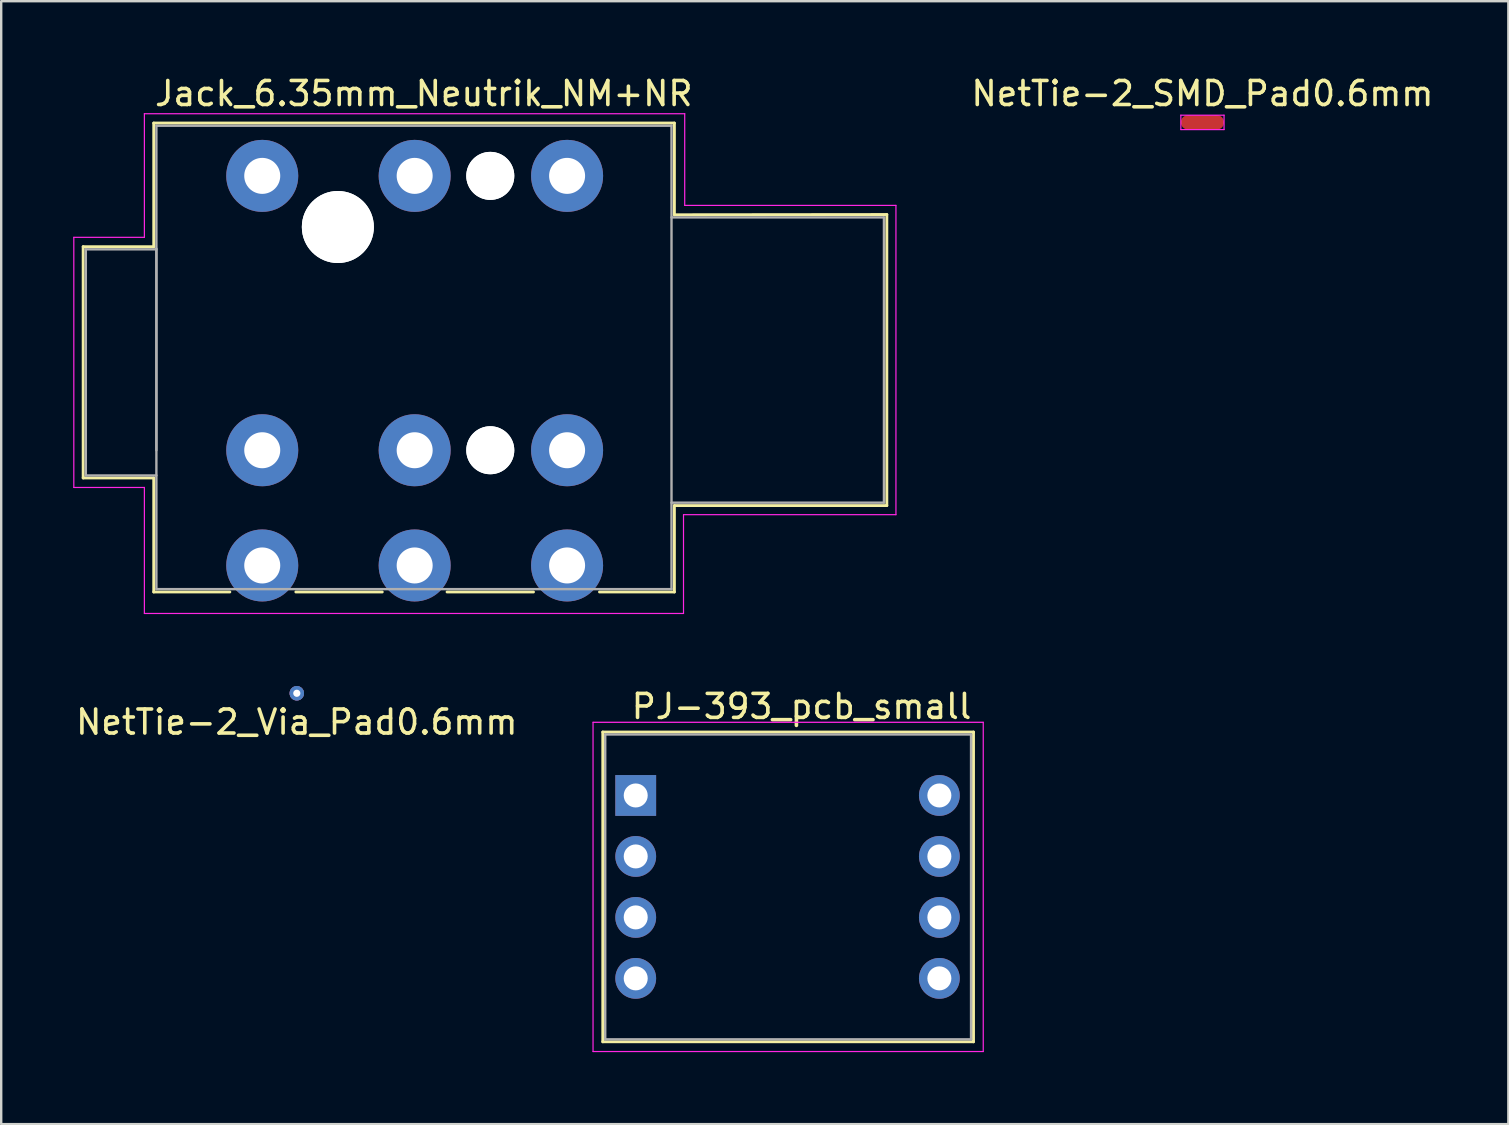
<source format=kicad_pcb>
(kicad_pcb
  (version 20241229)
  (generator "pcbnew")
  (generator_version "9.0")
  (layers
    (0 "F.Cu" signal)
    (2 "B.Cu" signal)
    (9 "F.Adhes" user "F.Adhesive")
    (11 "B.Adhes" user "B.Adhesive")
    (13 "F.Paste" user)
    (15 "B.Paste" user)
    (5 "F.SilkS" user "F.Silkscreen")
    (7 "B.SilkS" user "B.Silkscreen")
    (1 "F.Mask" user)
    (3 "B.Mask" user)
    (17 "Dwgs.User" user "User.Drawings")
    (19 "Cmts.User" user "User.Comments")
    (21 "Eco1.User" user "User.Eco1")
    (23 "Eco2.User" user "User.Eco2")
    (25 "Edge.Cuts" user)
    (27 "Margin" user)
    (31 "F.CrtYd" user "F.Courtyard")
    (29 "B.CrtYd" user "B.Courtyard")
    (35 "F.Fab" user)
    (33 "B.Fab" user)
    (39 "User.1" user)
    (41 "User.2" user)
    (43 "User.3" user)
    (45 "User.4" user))
  (footprint "NetTie-2_Via_Pad0.6mm"
    (layer "F.Cu")
    (at 9.315 25.832)
    (property "Reference" "NetTie-2_Via_Pad0.6mm" (at 0 1.2 0) (layer "F.SilkS") (effects (font (size 1 1) (thickness 0.15))))
    (attr through_hole)
    (pad "" thru_hole circle (at 0 0) (size 0.6 0.6) (drill 0.3) (layers "*.Cu" "*.Mask"))
    (pad "1" smd circle (at 0 0) (size 0.6 0.6) (layers "F.Cu" "F.Mask" "F.Paste"))
    (pad "2" smd circle (at 0 0) (size 0.6 0.6) (layers "B.Cu" "B.Mask" "B.Paste")))
  (footprint "NetTie-2_SMD_Pad0.6mm"
    (layer "F.Cu")
    (at 47.044 2.048)
    (property "Reference" "NetTie-2_SMD_Pad0.6mm" (at 0 -1.2 0) (layer "F.SilkS") (effects (font (size 1 1) (thickness 0.15))))
    (attr exclude_from_pos_files exclude_from_bom)
    (fp_poly (pts (xy 0.6 0.3) (xy -0.6 0.3) (xy -0.6 -0.3) (xy 0.6 -0.3)) (stroke (width 0) (type solid)) (fill yes) (layer "F.Cu"))
    (fp_line (start -0.9 -0.3) (end -0.9 0.3) (stroke (width 0.05) (type solid)) (layer "F.CrtYd"))
    (fp_line (start -0.9 0.3) (end 0.9 0.3) (stroke (width 0.05) (type solid)) (layer "F.CrtYd"))
    (fp_line (start 0.9 -0.3) (end -0.9 -0.3) (stroke (width 0.05) (type solid)) (layer "F.CrtYd"))
    (fp_line (start 0.9 0.3) (end 0.9 -0.3) (stroke (width 0.05) (type solid)) (layer "F.CrtYd"))
    (pad "1" smd circle (at -0.6 0) (size 0.6 0.6) (layers "F.Cu"))
    (pad "2" smd circle (at 0.6 0) (size 0.6 0.6) (layers "F.Cu")))
  (footprint "PJ-393_pcb_small"
    (layer "F.Cu")
    (at 23.434 30.089)
    (property "Reference" "PJ-393_pcb_small" (at 6.909 -3.708 0) (layer "F.SilkS") (effects (font (size 1 1) (thickness 0.15))))
    (attr through_hole)
    (fp_line (start -1.372 -2.642) (end -1.372 10.262) (stroke (width 0.12) (type solid)) (layer "F.SilkS"))
    (fp_line (start -1.372 10.262) (end 14.072 10.262) (stroke (width 0.12) (type solid)) (layer "F.SilkS"))
    (fp_line (start 14.072 -2.642) (end -1.372 -2.642) (stroke (width 0.12) (type solid)) (layer "F.SilkS"))
    (fp_line (start 14.072 10.262) (end 14.072 -2.642) (stroke (width 0.12) (type solid)) (layer "F.SilkS"))
    (fp_line (start -1.778 -3.048) (end 14.478 -3.048) (stroke (width 0.05) (type solid)) (layer "F.CrtYd"))
    (fp_line (start -1.778 10.668) (end -1.778 -3.048) (stroke (width 0.05) (type solid)) (layer "F.CrtYd"))
    (fp_line (start 14.478 -3.048) (end 14.478 10.668) (stroke (width 0.05) (type solid)) (layer "F.CrtYd"))
    (fp_line (start 14.478 10.668) (end -1.778 10.668) (stroke (width 0.05) (type solid)) (layer "F.CrtYd"))
    (fp_line (start -1.27 -2.54) (end -1.27 10.16) (stroke (width 0.1) (type solid)) (layer "F.Fab"))
    (fp_line (start -1.27 10.16) (end 13.97 10.16) (stroke (width 0.1) (type solid)) (layer "F.Fab"))
    (fp_line (start 13.97 -2.54) (end -1.27 -2.54) (stroke (width 0.1) (type solid)) (layer "F.Fab"))
    (fp_line (start 13.97 10.16) (end 13.97 -2.54) (stroke (width 0.1) (type solid)) (layer "F.Fab"))
    (pad "R1" thru_hole oval (at 0 5.08) (size 1.7 1.7) (drill 1) (layers "*.Cu" "*.Mask"))
    (pad "R1N" thru_hole oval (at 12.65 5.08) (size 1.7 1.7) (drill 1) (layers "*.Cu" "*.Mask"))
    (pad "R2" thru_hole oval (at 0 2.54) (size 1.7 1.7) (drill 1) (layers "*.Cu" "*.Mask"))
    (pad "R2N" thru_hole oval (at 12.65 2.54) (size 1.7 1.7) (drill 1) (layers "*.Cu" "*.Mask"))
    (pad "S" thru_hole rect (at 0 0) (size 1.7 1.7) (drill 1) (layers "*.Cu" "*.Mask"))
    (pad "SN" thru_hole oval (at 12.65 0) (size 1.7 1.7) (drill 1) (layers "*.Cu" "*.Mask"))
    (pad "T" thru_hole oval (at 0 7.62) (size 1.7 1.7) (drill 1) (layers "*.Cu" "*.Mask"))
    (pad "TN" thru_hole oval (at 12.65 7.62) (size 1.7 1.7) (drill 1) (layers "*.Cu" "*.Mask")))
  (footprint "Jack_6.35mm_Neutrik_NM+NR"
    (layer "F.Cu")
    (at 7.875 4.277)
    (property "Reference" "Jack_6.35mm_Neutrik_NM+NR" (at 6.731 -3.429 0) (layer "F.SilkS") (effects (font (size 1 1) (thickness 0.15))))
    (attr through_hole)
    (fp_line (start -7.46 12.585) (end -7.46 2.95) (stroke (width 0.12) (type solid)) (layer "F.SilkS"))
    (fp_line (start -7.46 12.585) (end -4.52 12.585) (stroke (width 0.12) (type solid)) (layer "F.SilkS"))
    (fp_line (start -4.52 -2.2) (end -4.52 2.95) (stroke (width 0.12) (type solid)) (layer "F.SilkS"))
    (fp_line (start -4.52 -2.2) (end 17.17 -2.2) (stroke (width 0.12) (type solid)) (layer "F.SilkS"))
    (fp_line (start -4.52 2.95) (end -7.46 2.95) (stroke (width 0.12) (type solid)) (layer "F.SilkS"))
    (fp_line (start -4.52 17.335) (end -4.52 12.585) (stroke (width 0.12) (type solid)) (layer "F.SilkS"))
    (fp_line (start -1.35 17.335) (end -4.52 17.335) (stroke (width 0.12) (type solid)) (layer "F.SilkS"))
    (fp_line (start 5 17.335) (end 1.4 17.335) (stroke (width 0.12) (type solid)) (layer "F.SilkS"))
    (fp_line (start 11.3 17.335) (end 7.7 17.335) (stroke (width 0.12) (type solid)) (layer "F.SilkS"))
    (fp_line (start 17.17 1.62) (end 17.17 -2.2) (stroke (width 0.12) (type solid)) (layer "F.SilkS"))
    (fp_line (start 17.17 1.62) (end 26.02 1.61) (stroke (width 0.12) (type solid)) (layer "F.SilkS"))
    (fp_line (start 17.17 13.735) (end 26.02 13.735) (stroke (width 0.12) (type solid)) (layer "F.SilkS"))
    (fp_line (start 17.17 17.335) (end 14.05 17.335) (stroke (width 0.12) (type solid)) (layer "F.SilkS"))
    (fp_line (start 17.17 17.335) (end 17.17 13.735) (stroke (width 0.12) (type solid)) (layer "F.SilkS"))
    (fp_line (start 26.02 13.735) (end 26.02 1.61) (stroke (width 0.12) (type solid)) (layer "F.SilkS"))
    (fp_line (start -7.85 2.56) (end -7.85 12.98) (stroke (width 0.05) (type solid)) (layer "F.CrtYd"))
    (fp_line (start -7.85 2.56) (end -4.91 2.56) (stroke (width 0.05) (type solid)) (layer "F.CrtYd"))
    (fp_line (start -7.85 12.98) (end -4.91 12.98) (stroke (width 0.05) (type solid)) (layer "F.CrtYd"))
    (fp_line (start -4.91 -2.59) (end -4.91 2.56) (stroke (width 0.05) (type solid)) (layer "F.CrtYd"))
    (fp_line (start -4.91 -2.59) (end 17.6 -2.59) (stroke (width 0.05) (type solid)) (layer "F.CrtYd"))
    (fp_line (start -4.91 18.23) (end -4.91 12.98) (stroke (width 0.05) (type solid)) (layer "F.CrtYd"))
    (fp_line (start -4.91 18.23) (end 17.55 18.23) (stroke (width 0.05) (type solid)) (layer "F.CrtYd"))
    (fp_line (start 17.55 14.115) (end 17.55 18.23) (stroke (width 0.05) (type solid)) (layer "F.CrtYd"))
    (fp_line (start 17.6 1.23) (end 17.6 -2.59) (stroke (width 0.05) (type solid)) (layer "F.CrtYd"))
    (fp_line (start 17.6 1.23) (end 26.4 1.23) (stroke (width 0.05) (type solid)) (layer "F.CrtYd"))
    (fp_line (start 26.4 14.115) (end 17.55 14.115) (stroke (width 0.05) (type solid)) (layer "F.CrtYd"))
    (fp_line (start 26.4 14.115) (end 26.4 1.23) (stroke (width 0.05) (type solid)) (layer "F.CrtYd"))
    (fp_line (start -7.35 3.06) (end -7.35 12.48) (stroke (width 0.1) (type solid)) (layer "F.Fab"))
    (fp_line (start -7.35 3.06) (end -4.41 3.06) (stroke (width 0.1) (type solid)) (layer "F.Fab"))
    (fp_line (start -7.35 12.48) (end -4.41 12.48) (stroke (width 0.1) (type solid)) (layer "F.Fab"))
    (fp_line (start -4.41 -2.09) (end 17.05 -2.09) (stroke (width 0.1) (type solid)) (layer "F.Fab"))
    (fp_line (start -4.41 3.03) (end -4.41 11.43) (stroke (width 0.1) (type solid)) (layer "F.Fab"))
    (fp_line (start -4.41 17.215) (end -4.41 -2.09) (stroke (width 0.1) (type solid)) (layer "F.Fab"))
    (fp_line (start 17.05 17.215) (end -4.41 17.215) (stroke (width 0.1) (type solid)) (layer "F.Fab"))
    (fp_line (start 17.05 17.215) (end 17.05 -2.09) (stroke (width 0.1) (type solid)) (layer "F.Fab"))
    (fp_line (start 25.9 1.73) (end 17.05 1.73) (stroke (width 0.1) (type solid)) (layer "F.Fab"))
    (fp_line (start 25.9 13.615) (end 17.05 13.615) (stroke (width 0.1) (type solid)) (layer "F.Fab"))
    (fp_line (start 25.9 13.615) (end 25.9 1.73) (stroke (width 0.1) (type solid)) (layer "F.Fab"))
    (pad "" np_thru_hole circle (at 3.15 2.13) (size 3 3) (drill 3) (layers "*.Cu" "*.Mask"))
    (pad "" np_thru_hole circle (at 3.15 2.13) (size 3 3) (drill 3) (layers "*.Cu" "*.Mask"))
    (pad "" np_thru_hole circle (at 9.5 0) (size 2 2) (drill 2) (layers "*.Cu" "*.Mask"))
    (pad "" np_thru_hole circle (at 9.5 0) (size 2 2) (drill 2) (layers "*.Cu" "*.Mask"))
    (pad "" np_thru_hole circle (at 9.5 11.43) (size 2 2) (drill 2) (layers "*.Cu" "*.Mask"))
    (pad "" np_thru_hole circle (at 9.5 11.43) (size 2 2) (drill 2) (layers "*.Cu" "*.Mask"))
    (pad "R" thru_hole circle (at 6.35 0) (size 3 3) (drill 1.5) (layers "*.Cu" "*.Mask"))
    (pad "RN" thru_hole circle (at 6.35 11.43) (size 3 3) (drill 1.5) (layers "*.Cu" "*.Mask"))
    (pad "RN" thru_hole circle (at 6.35 16.23) (size 3 3) (drill 1.5) (layers "*.Cu" "*.Mask"))
    (pad "S" thru_hole circle (at 12.7 0) (size 3 3) (drill 1.5) (layers "*.Cu" "*.Mask"))
    (pad "SN" thru_hole circle (at 12.7 11.43) (size 3 3) (drill 1.5) (layers "*.Cu" "*.Mask"))
    (pad "SN" thru_hole circle (at 12.7 16.23) (size 3 3) (drill 1.5) (layers "*.Cu" "*.Mask"))
    (pad "T" thru_hole circle (at 0 0) (size 3 3) (drill 1.5) (layers "*.Cu" "*.Mask"))
    (pad "TN" thru_hole circle (at 0 11.43) (size 3 3) (drill 1.5) (layers "*.Cu" "*.Mask"))
    (pad "TN" thru_hole circle (at 0 16.23) (size 3 3) (drill 1.5) (layers "*.Cu" "*.Mask")))
  (gr_rect
    (start -3 -3)
    (end 59.788 43.782)
    (stroke (width 0.1) (type default))
    (fill no)
    (layer "Edge.Cuts")))
</source>
